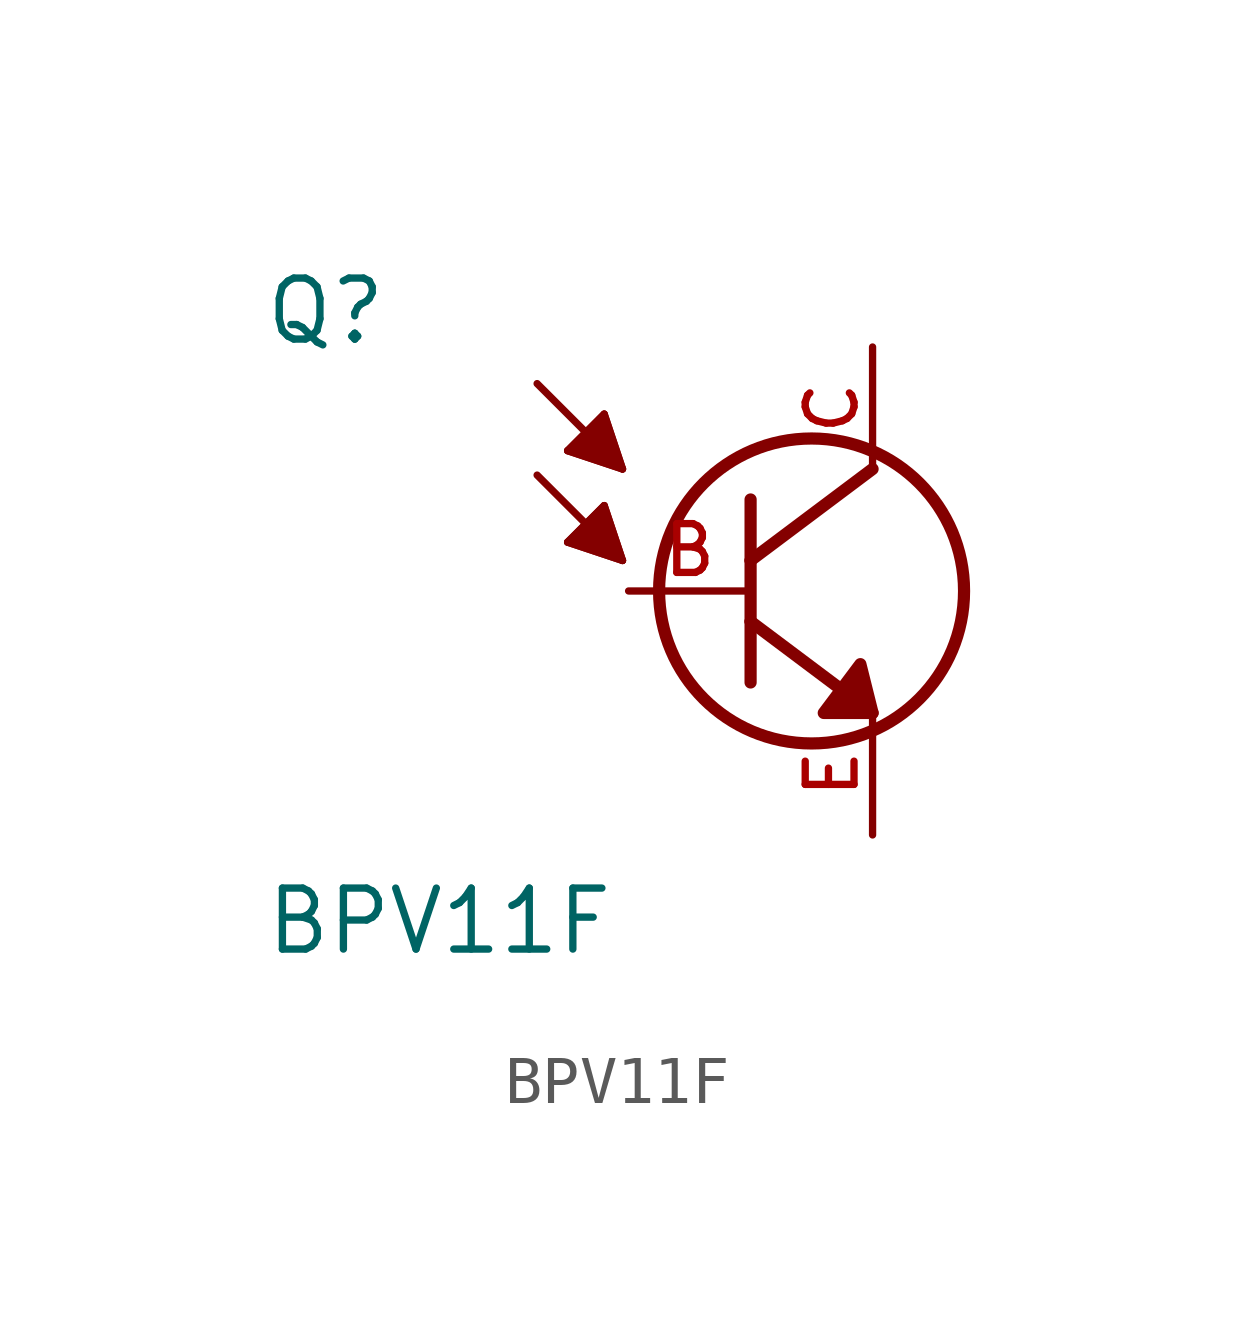
<source format=kicad_sym>
(kicad_symbol_lib
  (version 20211014)
  (generator kicad_symbol_editor)
  (symbol "BPV11F"
    (pin_names
      (offset 1.016))
    (property "Reference" "Q"
      (at -10.156 5.082 0)
      (effects (font (size 1.27 1.27)) (justify bottom left)))
    (property "Value" "BPV11F"
      (at -10.151 -7.62 0)
      (effects (font (size 1.27 1.27)) (justify bottom left)))
    (symbol "BPV11F_0_0"
      (polyline (pts (xy -4.445 4.318) (xy -2.667 2.54)) (stroke (width 0.152)))
      (polyline (pts (xy -2.667 2.54) (xy -3.81 2.921)) (stroke (width 0.152)))
      (polyline (pts (xy -3.81 2.921) (xy -3.048 3.683)) (stroke (width 0.152)))
      (polyline (pts (xy -3.048 3.683) (xy -2.667 2.54)) (stroke (width 0.152)))
      (polyline (pts (xy 2.286 -2.286) (xy 2.54 -2.54)) (stroke (width 0.152)))
      (polyline (pts (xy -3.81 2.921) (xy -2.667 2.54) (xy -3.048 3.683) (xy -3.81 2.921)) (stroke (width 0.152)) (fill (type outline)))
      (circle (center 1.27 0.0) (radius 3.175) (stroke (width 0.254)) (fill (type none)))
      (polyline (pts (xy 0.0 1.905) (xy 0.0 0.635)) (stroke (width 0.254)))
      (polyline (pts (xy 0.0 0.635) (xy 0.0 -0.635)) (stroke (width 0.254)))
      (polyline (pts (xy 0.0 -0.635) (xy 0.0 -1.905)) (stroke (width 0.254)))
      (polyline (pts (xy 0.0 -0.635) (xy 2.54 -2.54)) (stroke (width 0.254)))
      (polyline (pts (xy 0.0 0.635) (xy 2.54 2.54)) (stroke (width 0.254)))
      (polyline (pts (xy 2.54 -2.54) (xy 2.286 -1.524) (xy 1.524 -2.54) (xy 2.54 -2.54)) (stroke (width 0.254)) (fill (type outline)))
      (polyline (pts (xy -4.445 2.413) (xy -2.667 0.635)) (stroke (width 0.152)))
      (polyline (pts (xy -2.667 0.635) (xy -3.81 1.016)) (stroke (width 0.152)))
      (polyline (pts (xy -3.81 1.016) (xy -3.048 1.778)) (stroke (width 0.152)))
      (polyline (pts (xy -3.048 1.778) (xy -2.667 0.635)) (stroke (width 0.152)))
      (polyline (pts (xy -3.81 1.016) (xy -2.667 0.635) (xy -3.048 1.778) (xy -3.81 1.016)) (stroke (width 0.152)) (fill (type outline)))
      (pin passive line (at 2.54 -5.08 90.0) (length 2.54) (name "~" (effects (font (size 1.016 1.016)))) (number "E" (effects (font (size 1.016 1.016)))))
      (pin passive line (at 2.54 5.08 270.0) (length 2.54) (name "~" (effects (font (size 1.016 1.016)))) (number "C" (effects (font (size 1.016 1.016)))))
      (pin passive line (at -2.54 0.0 0) (length 2.54) (name "~" (effects (font (size 1.016 1.016)))) (number "B" (effects (font (size 1.016 1.016))))))))
</source>
